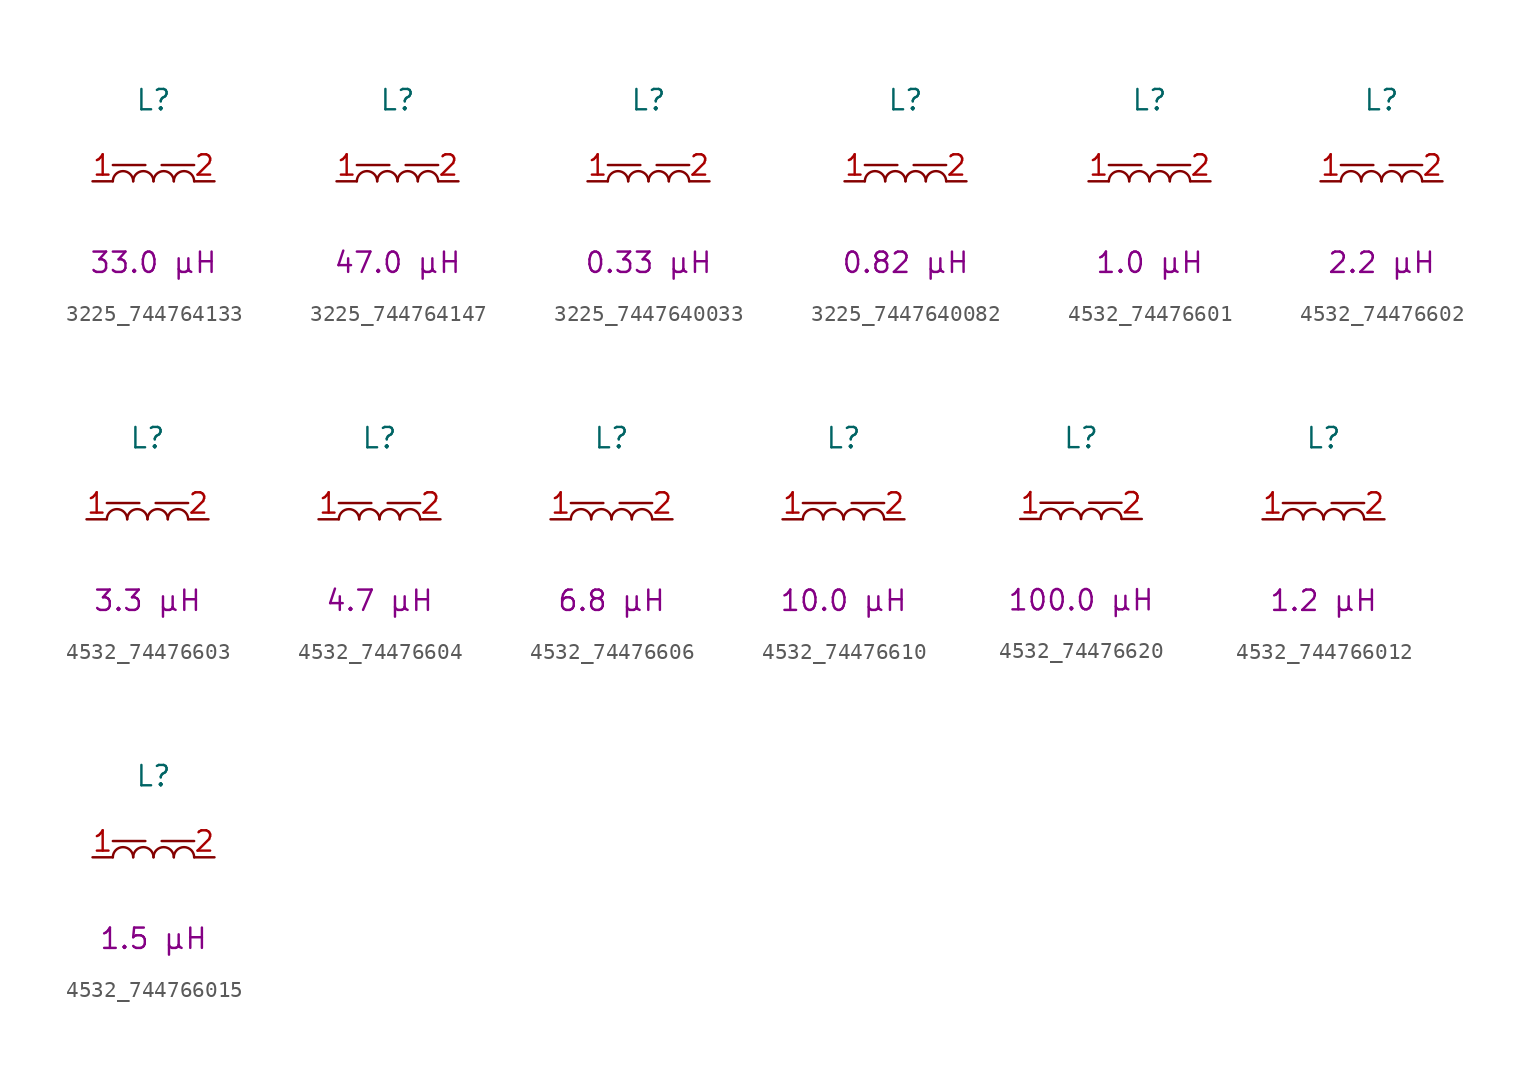
<source format=kicad_sym>
(kicad_symbol_lib
  (version 20220914)
  (generator kicad_symbol_editor)
  (symbol "3225_744764133"
    (pin_names hide)
    (property "Reference" "L"
      (at 0 5.08 0)
      (effects (font (size 1.27 1.27))))
    (property "Critical Parameter" "33.0 µH"
      (at 0 -5.08 0)
      (effects (font (size 1.27 1.27))))
    (symbol "3225_744764133_0_1"
      (arc (start -1.27 0) (mid -1.905 0.6323) (end -2.54 0) (stroke (width 0) (type default)) (fill (type none)))
      (arc (start 0 0) (mid -0.635 0.6323) (end -1.27 0) (stroke (width 0) (type default)) (fill (type none)))
      (polyline (pts (xy -2.54 1.016) (xy -0.508 1.016)) (stroke (width 0) (type default)) (fill (type none)))
      (arc (start 1.27 0) (mid 0.635 0.6323) (end 0 0) (stroke (width 0) (type default)) (fill (type none)))
      (arc (start 2.54 0) (mid 1.905 0.6323) (end 1.27 0) (stroke (width 0) (type default)) (fill (type none))))
    (symbol "3225_744764133_1_1"
      (polyline (pts (xy 2.54 1.016) (xy 0.508 1.016)) (stroke (width 0) (type default)) (fill (type none)))
      (pin passive line (at -3.81 0 0) (length 1.27) (name "1" (effects (font (size 1.27 1.27)))) (number "1" (effects (font (size 1.27 1.27)))))
      (pin passive line (at 3.81 0 180) (length 1.27) (name "2" (effects (font (size 1.27 1.27)))) (number "2" (effects (font (size 1.27 1.27)))))))
  (symbol "3225_744764147"
    (pin_names hide)
    (property "Reference" "L"
      (at 0 5.08 0)
      (effects (font (size 1.27 1.27))))
    (property "Critical Parameter" "47.0 µH"
      (at 0 -5.08 0)
      (effects (font (size 1.27 1.27))))
    (symbol "3225_744764147_0_1"
      (arc (start -1.27 0) (mid -1.905 0.6323) (end -2.54 0) (stroke (width 0) (type default)) (fill (type none)))
      (arc (start 0 0) (mid -0.635 0.6323) (end -1.27 0) (stroke (width 0) (type default)) (fill (type none)))
      (polyline (pts (xy -2.54 1.016) (xy -0.508 1.016)) (stroke (width 0) (type default)) (fill (type none)))
      (arc (start 1.27 0) (mid 0.635 0.6323) (end 0 0) (stroke (width 0) (type default)) (fill (type none)))
      (arc (start 2.54 0) (mid 1.905 0.6323) (end 1.27 0) (stroke (width 0) (type default)) (fill (type none))))
    (symbol "3225_744764147_1_1"
      (polyline (pts (xy 2.54 1.016) (xy 0.508 1.016)) (stroke (width 0) (type default)) (fill (type none)))
      (pin passive line (at -3.81 0 0) (length 1.27) (name "1" (effects (font (size 1.27 1.27)))) (number "1" (effects (font (size 1.27 1.27)))))
      (pin passive line (at 3.81 0 180) (length 1.27) (name "2" (effects (font (size 1.27 1.27)))) (number "2" (effects (font (size 1.27 1.27)))))))
  (symbol "3225_7447640033"
    (pin_names hide)
    (property "Reference" "L"
      (at 0 5.08 0)
      (effects (font (size 1.27 1.27))))
    (property "Critical Parameter" "0.33 µH"
      (at 0 -5.08 0)
      (effects (font (size 1.27 1.27))))
    (symbol "3225_7447640033_0_1"
      (arc (start -1.27 0) (mid -1.905 0.6323) (end -2.54 0) (stroke (width 0) (type default)) (fill (type none)))
      (arc (start 0 0) (mid -0.635 0.6323) (end -1.27 0) (stroke (width 0) (type default)) (fill (type none)))
      (polyline (pts (xy -2.54 1.016) (xy -0.508 1.016)) (stroke (width 0) (type default)) (fill (type none)))
      (arc (start 1.27 0) (mid 0.635 0.6323) (end 0 0) (stroke (width 0) (type default)) (fill (type none)))
      (arc (start 2.54 0) (mid 1.905 0.6323) (end 1.27 0) (stroke (width 0) (type default)) (fill (type none))))
    (symbol "3225_7447640033_1_1"
      (polyline (pts (xy 2.54 1.016) (xy 0.508 1.016)) (stroke (width 0) (type default)) (fill (type none)))
      (pin passive line (at -3.81 0 0) (length 1.27) (name "1" (effects (font (size 1.27 1.27)))) (number "1" (effects (font (size 1.27 1.27)))))
      (pin passive line (at 3.81 0 180) (length 1.27) (name "2" (effects (font (size 1.27 1.27)))) (number "2" (effects (font (size 1.27 1.27)))))))
  (symbol "3225_7447640082"
    (pin_names hide)
    (property "Reference" "L"
      (at 0 5.08 0)
      (effects (font (size 1.27 1.27))))
    (property "Critical Parameter" "0.82 µH"
      (at 0 -5.08 0)
      (effects (font (size 1.27 1.27))))
    (symbol "3225_7447640082_0_1"
      (arc (start -1.27 0) (mid -1.905 0.6323) (end -2.54 0) (stroke (width 0) (type default)) (fill (type none)))
      (arc (start 0 0) (mid -0.635 0.6323) (end -1.27 0) (stroke (width 0) (type default)) (fill (type none)))
      (polyline (pts (xy -2.54 1.016) (xy -0.508 1.016)) (stroke (width 0) (type default)) (fill (type none)))
      (arc (start 1.27 0) (mid 0.635 0.6323) (end 0 0) (stroke (width 0) (type default)) (fill (type none)))
      (arc (start 2.54 0) (mid 1.905 0.6323) (end 1.27 0) (stroke (width 0) (type default)) (fill (type none))))
    (symbol "3225_7447640082_1_1"
      (polyline (pts (xy 2.54 1.016) (xy 0.508 1.016)) (stroke (width 0) (type default)) (fill (type none)))
      (pin passive line (at -3.81 0 0) (length 1.27) (name "1" (effects (font (size 1.27 1.27)))) (number "1" (effects (font (size 1.27 1.27)))))
      (pin passive line (at 3.81 0 180) (length 1.27) (name "2" (effects (font (size 1.27 1.27)))) (number "2" (effects (font (size 1.27 1.27)))))))
  (symbol "4532_74476601"
    (pin_names hide)
    (property "Reference" "L"
      (at 0 5.08 0)
      (effects (font (size 1.27 1.27))))
    (property "Critical Parameter" "1.0 µH"
      (at 0 -5.08 0)
      (effects (font (size 1.27 1.27))))
    (symbol "4532_74476601_0_1"
      (arc (start -1.27 0) (mid -1.905 0.6323) (end -2.54 0) (stroke (width 0) (type default)) (fill (type none)))
      (arc (start 0 0) (mid -0.635 0.6323) (end -1.27 0) (stroke (width 0) (type default)) (fill (type none)))
      (polyline (pts (xy -2.54 1.016) (xy -0.508 1.016)) (stroke (width 0) (type default)) (fill (type none)))
      (arc (start 1.27 0) (mid 0.635 0.6323) (end 0 0) (stroke (width 0) (type default)) (fill (type none)))
      (arc (start 2.54 0) (mid 1.905 0.6323) (end 1.27 0) (stroke (width 0) (type default)) (fill (type none))))
    (symbol "4532_74476601_1_1"
      (polyline (pts (xy 2.54 1.016) (xy 0.508 1.016)) (stroke (width 0) (type default)) (fill (type none)))
      (pin passive line (at -3.81 0 0) (length 1.27) (name "1" (effects (font (size 1.27 1.27)))) (number "1" (effects (font (size 1.27 1.27)))))
      (pin passive line (at 3.81 0 180) (length 1.27) (name "2" (effects (font (size 1.27 1.27)))) (number "2" (effects (font (size 1.27 1.27)))))))
  (symbol "4532_74476602"
    (pin_names hide)
    (property "Reference" "L"
      (at 0 5.08 0)
      (effects (font (size 1.27 1.27))))
    (property "Critical Parameter" "2.2 µH"
      (at 0 -5.08 0)
      (effects (font (size 1.27 1.27))))
    (symbol "4532_74476602_0_1"
      (arc (start -1.27 0) (mid -1.905 0.6323) (end -2.54 0) (stroke (width 0) (type default)) (fill (type none)))
      (arc (start 0 0) (mid -0.635 0.6323) (end -1.27 0) (stroke (width 0) (type default)) (fill (type none)))
      (polyline (pts (xy -2.54 1.016) (xy -0.508 1.016)) (stroke (width 0) (type default)) (fill (type none)))
      (arc (start 1.27 0) (mid 0.635 0.6323) (end 0 0) (stroke (width 0) (type default)) (fill (type none)))
      (arc (start 2.54 0) (mid 1.905 0.6323) (end 1.27 0) (stroke (width 0) (type default)) (fill (type none))))
    (symbol "4532_74476602_1_1"
      (polyline (pts (xy 2.54 1.016) (xy 0.508 1.016)) (stroke (width 0) (type default)) (fill (type none)))
      (pin passive line (at -3.81 0 0) (length 1.27) (name "1" (effects (font (size 1.27 1.27)))) (number "1" (effects (font (size 1.27 1.27)))))
      (pin passive line (at 3.81 0 180) (length 1.27) (name "2" (effects (font (size 1.27 1.27)))) (number "2" (effects (font (size 1.27 1.27)))))))
  (symbol "4532_74476603"
    (pin_names hide)
    (property "Reference" "L"
      (at 0 5.08 0)
      (effects (font (size 1.27 1.27))))
    (property "Critical Parameter" "3.3 µH"
      (at 0 -5.08 0)
      (effects (font (size 1.27 1.27))))
    (symbol "4532_74476603_0_1"
      (arc (start -1.27 0) (mid -1.905 0.6323) (end -2.54 0) (stroke (width 0) (type default)) (fill (type none)))
      (arc (start 0 0) (mid -0.635 0.6323) (end -1.27 0) (stroke (width 0) (type default)) (fill (type none)))
      (polyline (pts (xy -2.54 1.016) (xy -0.508 1.016)) (stroke (width 0) (type default)) (fill (type none)))
      (arc (start 1.27 0) (mid 0.635 0.6323) (end 0 0) (stroke (width 0) (type default)) (fill (type none)))
      (arc (start 2.54 0) (mid 1.905 0.6323) (end 1.27 0) (stroke (width 0) (type default)) (fill (type none))))
    (symbol "4532_74476603_1_1"
      (polyline (pts (xy 2.54 1.016) (xy 0.508 1.016)) (stroke (width 0) (type default)) (fill (type none)))
      (pin passive line (at -3.81 0 0) (length 1.27) (name "1" (effects (font (size 1.27 1.27)))) (number "1" (effects (font (size 1.27 1.27)))))
      (pin passive line (at 3.81 0 180) (length 1.27) (name "2" (effects (font (size 1.27 1.27)))) (number "2" (effects (font (size 1.27 1.27)))))))
  (symbol "4532_74476604"
    (pin_names hide)
    (property "Reference" "L"
      (at 0 5.08 0)
      (effects (font (size 1.27 1.27))))
    (property "Critical Parameter" "4.7 µH"
      (at 0 -5.08 0)
      (effects (font (size 1.27 1.27))))
    (symbol "4532_74476604_0_1"
      (arc (start -1.27 0) (mid -1.905 0.6323) (end -2.54 0) (stroke (width 0) (type default)) (fill (type none)))
      (arc (start 0 0) (mid -0.635 0.6323) (end -1.27 0) (stroke (width 0) (type default)) (fill (type none)))
      (polyline (pts (xy -2.54 1.016) (xy -0.508 1.016)) (stroke (width 0) (type default)) (fill (type none)))
      (arc (start 1.27 0) (mid 0.635 0.6323) (end 0 0) (stroke (width 0) (type default)) (fill (type none)))
      (arc (start 2.54 0) (mid 1.905 0.6323) (end 1.27 0) (stroke (width 0) (type default)) (fill (type none))))
    (symbol "4532_74476604_1_1"
      (polyline (pts (xy 2.54 1.016) (xy 0.508 1.016)) (stroke (width 0) (type default)) (fill (type none)))
      (pin passive line (at -3.81 0 0) (length 1.27) (name "1" (effects (font (size 1.27 1.27)))) (number "1" (effects (font (size 1.27 1.27)))))
      (pin passive line (at 3.81 0 180) (length 1.27) (name "2" (effects (font (size 1.27 1.27)))) (number "2" (effects (font (size 1.27 1.27)))))))
  (symbol "4532_74476606"
    (pin_names hide)
    (property "Reference" "L"
      (at 0 5.08 0)
      (effects (font (size 1.27 1.27))))
    (property "Critical Parameter" "6.8 µH"
      (at 0 -5.08 0)
      (effects (font (size 1.27 1.27))))
    (symbol "4532_74476606_0_1"
      (arc (start -1.27 0) (mid -1.905 0.6323) (end -2.54 0) (stroke (width 0) (type default)) (fill (type none)))
      (arc (start 0 0) (mid -0.635 0.6323) (end -1.27 0) (stroke (width 0) (type default)) (fill (type none)))
      (polyline (pts (xy -2.54 1.016) (xy -0.508 1.016)) (stroke (width 0) (type default)) (fill (type none)))
      (arc (start 1.27 0) (mid 0.635 0.6323) (end 0 0) (stroke (width 0) (type default)) (fill (type none)))
      (arc (start 2.54 0) (mid 1.905 0.6323) (end 1.27 0) (stroke (width 0) (type default)) (fill (type none))))
    (symbol "4532_74476606_1_1"
      (polyline (pts (xy 2.54 1.016) (xy 0.508 1.016)) (stroke (width 0) (type default)) (fill (type none)))
      (pin passive line (at -3.81 0 0) (length 1.27) (name "1" (effects (font (size 1.27 1.27)))) (number "1" (effects (font (size 1.27 1.27)))))
      (pin passive line (at 3.81 0 180) (length 1.27) (name "2" (effects (font (size 1.27 1.27)))) (number "2" (effects (font (size 1.27 1.27)))))))
  (symbol "4532_74476610"
    (pin_names hide)
    (property "Reference" "L"
      (at 0 5.08 0)
      (effects (font (size 1.27 1.27))))
    (property "Critical Parameter" "10.0 µH"
      (at 0 -5.08 0)
      (effects (font (size 1.27 1.27))))
    (symbol "4532_74476610_0_1"
      (arc (start -1.27 0) (mid -1.905 0.6323) (end -2.54 0) (stroke (width 0) (type default)) (fill (type none)))
      (arc (start 0 0) (mid -0.635 0.6323) (end -1.27 0) (stroke (width 0) (type default)) (fill (type none)))
      (polyline (pts (xy -2.54 1.016) (xy -0.508 1.016)) (stroke (width 0) (type default)) (fill (type none)))
      (arc (start 1.27 0) (mid 0.635 0.6323) (end 0 0) (stroke (width 0) (type default)) (fill (type none)))
      (arc (start 2.54 0) (mid 1.905 0.6323) (end 1.27 0) (stroke (width 0) (type default)) (fill (type none))))
    (symbol "4532_74476610_1_1"
      (polyline (pts (xy 2.54 1.016) (xy 0.508 1.016)) (stroke (width 0) (type default)) (fill (type none)))
      (pin passive line (at -3.81 0 0) (length 1.27) (name "1" (effects (font (size 1.27 1.27)))) (number "1" (effects (font (size 1.27 1.27)))))
      (pin passive line (at 3.81 0 180) (length 1.27) (name "2" (effects (font (size 1.27 1.27)))) (number "2" (effects (font (size 1.27 1.27)))))))
  (symbol "4532_74476620"
    (pin_names hide)
    (property "Reference" "L"
      (at 0 5.08 0)
      (effects (font (size 1.27 1.27))))
    (property "Critical Parameter" "100.0 µH"
      (at 0 -5.08 0)
      (effects (font (size 1.27 1.27))))
    (symbol "4532_74476620_0_1"
      (arc (start -1.27 0) (mid -1.905 0.6323) (end -2.54 0) (stroke (width 0) (type default)) (fill (type none)))
      (arc (start 0 0) (mid -0.635 0.6323) (end -1.27 0) (stroke (width 0) (type default)) (fill (type none)))
      (polyline (pts (xy -2.54 1.016) (xy -0.508 1.016)) (stroke (width 0) (type default)) (fill (type none)))
      (arc (start 1.27 0) (mid 0.635 0.6323) (end 0 0) (stroke (width 0) (type default)) (fill (type none)))
      (arc (start 2.54 0) (mid 1.905 0.6323) (end 1.27 0) (stroke (width 0) (type default)) (fill (type none))))
    (symbol "4532_74476620_1_1"
      (polyline (pts (xy 2.54 1.016) (xy 0.508 1.016)) (stroke (width 0) (type default)) (fill (type none)))
      (pin passive line (at -3.81 0 0) (length 1.27) (name "1" (effects (font (size 1.27 1.27)))) (number "1" (effects (font (size 1.27 1.27)))))
      (pin passive line (at 3.81 0 180) (length 1.27) (name "2" (effects (font (size 1.27 1.27)))) (number "2" (effects (font (size 1.27 1.27)))))))
  (symbol "4532_744766012"
    (pin_names hide)
    (property "Reference" "L"
      (at 0 5.08 0)
      (effects (font (size 1.27 1.27))))
    (property "Critical Parameter" "1.2 µH"
      (at 0 -5.08 0)
      (effects (font (size 1.27 1.27))))
    (symbol "4532_744766012_0_1"
      (arc (start -1.27 0) (mid -1.905 0.6323) (end -2.54 0) (stroke (width 0) (type default)) (fill (type none)))
      (arc (start 0 0) (mid -0.635 0.6323) (end -1.27 0) (stroke (width 0) (type default)) (fill (type none)))
      (polyline (pts (xy -2.54 1.016) (xy -0.508 1.016)) (stroke (width 0) (type default)) (fill (type none)))
      (arc (start 1.27 0) (mid 0.635 0.6323) (end 0 0) (stroke (width 0) (type default)) (fill (type none)))
      (arc (start 2.54 0) (mid 1.905 0.6323) (end 1.27 0) (stroke (width 0) (type default)) (fill (type none))))
    (symbol "4532_744766012_1_1"
      (polyline (pts (xy 2.54 1.016) (xy 0.508 1.016)) (stroke (width 0) (type default)) (fill (type none)))
      (pin passive line (at -3.81 0 0) (length 1.27) (name "1" (effects (font (size 1.27 1.27)))) (number "1" (effects (font (size 1.27 1.27)))))
      (pin passive line (at 3.81 0 180) (length 1.27) (name "2" (effects (font (size 1.27 1.27)))) (number "2" (effects (font (size 1.27 1.27)))))))
  (symbol "4532_744766015"
    (pin_names hide)
    (property "Reference" "L"
      (at 0 5.08 0)
      (effects (font (size 1.27 1.27))))
    (property "Critical Parameter" "1.5 µH"
      (at 0 -5.08 0)
      (effects (font (size 1.27 1.27))))
    (symbol "4532_744766015_0_1"
      (arc (start -1.27 0) (mid -1.905 0.6323) (end -2.54 0) (stroke (width 0) (type default)) (fill (type none)))
      (arc (start 0 0) (mid -0.635 0.6323) (end -1.27 0) (stroke (width 0) (type default)) (fill (type none)))
      (polyline (pts (xy -2.54 1.016) (xy -0.508 1.016)) (stroke (width 0) (type default)) (fill (type none)))
      (arc (start 1.27 0) (mid 0.635 0.6323) (end 0 0) (stroke (width 0) (type default)) (fill (type none)))
      (arc (start 2.54 0) (mid 1.905 0.6323) (end 1.27 0) (stroke (width 0) (type default)) (fill (type none))))
    (symbol "4532_744766015_1_1"
      (polyline (pts (xy 2.54 1.016) (xy 0.508 1.016)) (stroke (width 0) (type default)) (fill (type none)))
      (pin passive line (at -3.81 0 0) (length 1.27) (name "1" (effects (font (size 1.27 1.27)))) (number "1" (effects (font (size 1.27 1.27)))))
      (pin passive line (at 3.81 0 180) (length 1.27) (name "2" (effects (font (size 1.27 1.27)))) (number "2" (effects (font (size 1.27 1.27))))))))
</source>
